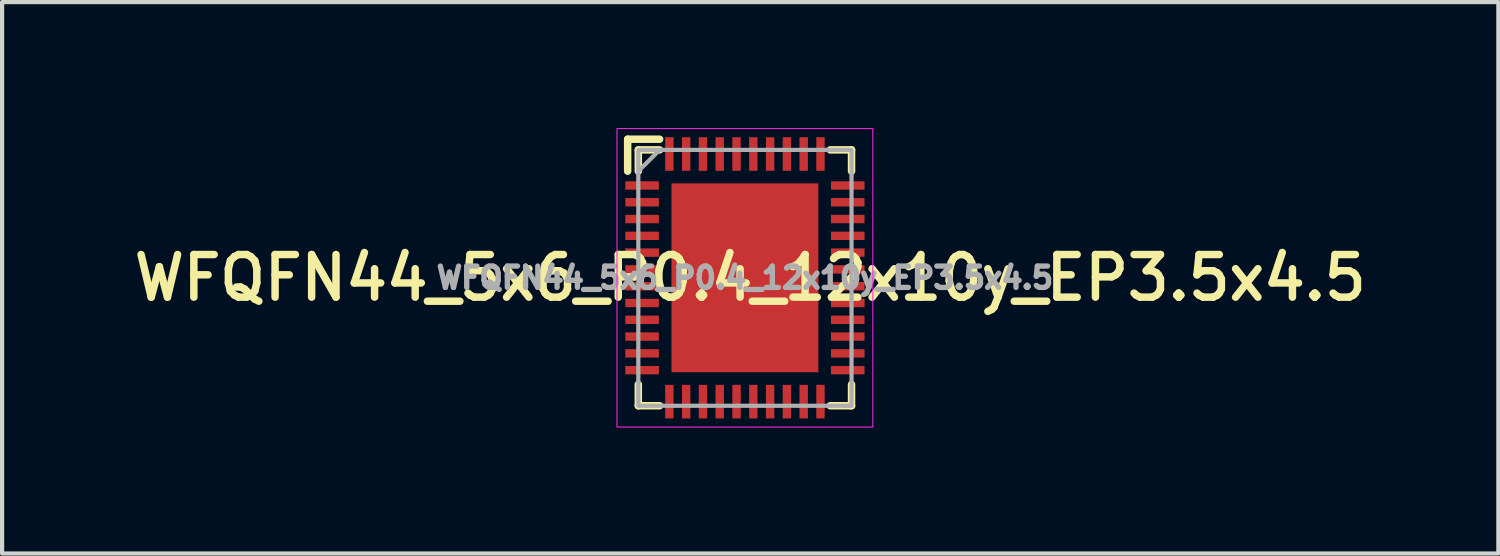
<source format=kicad_pcb>
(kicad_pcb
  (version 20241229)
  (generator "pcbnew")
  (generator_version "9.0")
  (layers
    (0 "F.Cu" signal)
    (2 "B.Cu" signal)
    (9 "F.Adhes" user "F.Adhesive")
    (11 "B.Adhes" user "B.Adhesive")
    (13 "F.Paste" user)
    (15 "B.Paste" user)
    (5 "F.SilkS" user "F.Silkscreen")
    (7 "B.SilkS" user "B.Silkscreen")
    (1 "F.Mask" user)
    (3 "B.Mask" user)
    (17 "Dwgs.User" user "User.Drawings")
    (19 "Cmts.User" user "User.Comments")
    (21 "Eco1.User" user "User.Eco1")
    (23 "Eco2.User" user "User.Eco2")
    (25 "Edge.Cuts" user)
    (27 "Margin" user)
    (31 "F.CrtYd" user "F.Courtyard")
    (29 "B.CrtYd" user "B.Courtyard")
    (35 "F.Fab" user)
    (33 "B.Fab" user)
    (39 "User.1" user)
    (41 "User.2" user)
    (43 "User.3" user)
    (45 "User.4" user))
  (footprint "WFQFN44_5x6_P0.4_12x10y_EP3.5x4.5"
    (layer "F.Cu")
    (at 14.698 3.569)
    (property "Reference" "WFQFN44_5x6_P0.4_12x10y_EP3.5x4.5" (at 0.127 0 0) (layer "F.SilkS") (effects (font (size 1.016 1.016) (thickness 0.178))))
    (attr smd)
    (fp_line (start -2.794 -3.302) (end -2.032 -3.302) (stroke (width 0.178) (type solid)) (layer "F.SilkS"))
    (fp_line (start -2.794 -2.54) (end -2.794 -3.302) (stroke (width 0.178) (type solid)) (layer "F.SilkS"))
    (fp_line (start -2.54 -3.048) (end -2.032 -3.048) (stroke (width 0.178) (type solid)) (layer "F.SilkS"))
    (fp_line (start -2.54 -2.54) (end -2.54 -3.048) (stroke (width 0.178) (type solid)) (layer "F.SilkS"))
    (fp_line (start -2.54 2.54) (end -2.54 3.048) (stroke (width 0.178) (type solid)) (layer "F.SilkS"))
    (fp_line (start -2.54 3.048) (end -2.032 3.048) (stroke (width 0.178) (type solid)) (layer "F.SilkS"))
    (fp_line (start 2.032 -3.048) (end 2.54 -3.048) (stroke (width 0.178) (type solid)) (layer "F.SilkS"))
    (fp_line (start 2.54 -3.048) (end 2.54 -2.54) (stroke (width 0.178) (type solid)) (layer "F.SilkS"))
    (fp_line (start 2.54 2.54) (end 2.54 3.048) (stroke (width 0.178) (type solid)) (layer "F.SilkS"))
    (fp_line (start 2.54 3.048) (end 2.032 3.048) (stroke (width 0.178) (type solid)) (layer "F.SilkS"))
    (fp_rect (start -3.048 -3.556) (end 3.048 3.556) (stroke (width 0.025) (type solid)) (fill no) (layer "F.CrtYd"))
    (fp_line (start -2.54 -2.54) (end -2.032 -3.048) (stroke (width 0.1) (type solid)) (layer "F.Fab"))
    (fp_rect (start -2.54 -3.048) (end 2.54 3.048) (stroke (width 0.1) (type solid)) (fill no) (layer "F.Fab"))
    (fp_text user "${REFERENCE}" (at 0 0 0) (layer "F.Fab") (effects (font (size 0.508 0.508) (thickness 0.127))))
    (pad "1" smd rect (at -2.45 -2.2) (size 0.8 0.2) (layers "F.Cu" "F.Mask" "F.Paste"))
    (pad "2" smd rect (at -2.45 -1.8) (size 0.8 0.2) (layers "F.Cu" "F.Mask" "F.Paste"))
    (pad "3" smd rect (at -2.45 -1.4) (size 0.8 0.2) (layers "F.Cu" "F.Mask" "F.Paste"))
    (pad "4" smd rect (at -2.45 -1) (size 0.8 0.2) (layers "F.Cu" "F.Mask" "F.Paste"))
    (pad "5" smd rect (at -2.45 -0.6) (size 0.8 0.2) (layers "F.Cu" "F.Mask" "F.Paste"))
    (pad "6" smd rect (at -2.45 -0.2) (size 0.8 0.2) (layers "F.Cu" "F.Mask" "F.Paste"))
    (pad "7" smd rect (at -2.45 0.2) (size 0.8 0.2) (layers "F.Cu" "F.Mask" "F.Paste"))
    (pad "8" smd rect (at -2.45 0.6) (size 0.8 0.2) (layers "F.Cu" "F.Mask" "F.Paste"))
    (pad "9" smd rect (at -2.45 1) (size 0.8 0.2) (layers "F.Cu" "F.Mask" "F.Paste"))
    (pad "10" smd rect (at -2.45 1.4) (size 0.8 0.2) (layers "F.Cu" "F.Mask" "F.Paste"))
    (pad "11" smd rect (at -2.45 1.8) (size 0.8 0.2) (layers "F.Cu" "F.Mask" "F.Paste"))
    (pad "12" smd rect (at -2.45 2.2) (size 0.8 0.2) (layers "F.Cu" "F.Mask" "F.Paste"))
    (pad "13" smd rect (at -1.8 2.95) (size 0.2 0.8) (layers "F.Cu" "F.Mask" "F.Paste"))
    (pad "14" smd rect (at -1.4 2.95) (size 0.2 0.8) (layers "F.Cu" "F.Mask" "F.Paste"))
    (pad "15" smd rect (at -1 2.95) (size 0.2 0.8) (layers "F.Cu" "F.Mask" "F.Paste"))
    (pad "16" smd rect (at -0.6 2.95) (size 0.2 0.8) (layers "F.Cu" "F.Mask" "F.Paste"))
    (pad "17" smd rect (at -0.2 2.95) (size 0.2 0.8) (layers "F.Cu" "F.Mask" "F.Paste"))
    (pad "18" smd rect (at 0.2 2.95) (size 0.2 0.8) (layers "F.Cu" "F.Mask" "F.Paste"))
    (pad "19" smd rect (at 0.6 2.95) (size 0.2 0.8) (layers "F.Cu" "F.Mask" "F.Paste"))
    (pad "20" smd rect (at 1 2.95) (size 0.2 0.8) (layers "F.Cu" "F.Mask" "F.Paste"))
    (pad "21" smd rect (at 1.4 2.95) (size 0.2 0.8) (layers "F.Cu" "F.Mask" "F.Paste"))
    (pad "22" smd rect (at 1.8 2.95) (size 0.2 0.8) (layers "F.Cu" "F.Mask" "F.Paste"))
    (pad "23" smd rect (at 2.45 2.2) (size 0.8 0.2) (layers "F.Cu" "F.Mask" "F.Paste"))
    (pad "24" smd rect (at 2.45 1.8) (size 0.8 0.2) (layers "F.Cu" "F.Mask" "F.Paste"))
    (pad "25" smd rect (at 2.45 1.4) (size 0.8 0.2) (layers "F.Cu" "F.Mask" "F.Paste"))
    (pad "26" smd rect (at 2.45 1) (size 0.8 0.2) (layers "F.Cu" "F.Mask" "F.Paste"))
    (pad "27" smd rect (at 2.45 0.6) (size 0.8 0.2) (layers "F.Cu" "F.Mask" "F.Paste"))
    (pad "28" smd rect (at 2.45 0.2) (size 0.8 0.2) (layers "F.Cu" "F.Mask" "F.Paste"))
    (pad "29" smd rect (at 2.45 -0.2) (size 0.8 0.2) (layers "F.Cu" "F.Mask" "F.Paste"))
    (pad "30" smd rect (at 2.45 -0.6) (size 0.8 0.2) (layers "F.Cu" "F.Mask" "F.Paste"))
    (pad "31" smd rect (at 2.45 -1) (size 0.8 0.2) (layers "F.Cu" "F.Mask" "F.Paste"))
    (pad "32" smd rect (at 2.45 -1.4) (size 0.8 0.2) (layers "F.Cu" "F.Mask" "F.Paste"))
    (pad "33" smd rect (at 2.45 -1.8) (size 0.8 0.2) (layers "F.Cu" "F.Mask" "F.Paste"))
    (pad "34" smd rect (at 2.45 -2.2) (size 0.8 0.2) (layers "F.Cu" "F.Mask" "F.Paste"))
    (pad "35" smd rect (at 1.8 -2.95) (size 0.2 0.8) (layers "F.Cu" "F.Mask" "F.Paste"))
    (pad "36" smd rect (at 1.4 -2.95) (size 0.2 0.8) (layers "F.Cu" "F.Mask" "F.Paste"))
    (pad "37" smd rect (at 1 -2.95) (size 0.2 0.8) (layers "F.Cu" "F.Mask" "F.Paste"))
    (pad "38" smd rect (at 0.6 -2.95) (size 0.2 0.8) (layers "F.Cu" "F.Mask" "F.Paste"))
    (pad "39" smd rect (at 0.2 -2.95) (size 0.2 0.8) (layers "F.Cu" "F.Mask" "F.Paste"))
    (pad "40" smd rect (at -0.2 -2.95) (size 0.2 0.8) (layers "F.Cu" "F.Mask" "F.Paste"))
    (pad "41" smd rect (at -0.6 -2.95) (size 0.2 0.8) (layers "F.Cu" "F.Mask" "F.Paste"))
    (pad "42" smd rect (at -1 -2.95) (size 0.2 0.8) (layers "F.Cu" "F.Mask" "F.Paste"))
    (pad "43" smd rect (at -1.4 -2.95) (size 0.2 0.8) (layers "F.Cu" "F.Mask" "F.Paste"))
    (pad "44" smd rect (at -1.8 -2.95) (size 0.2 0.8) (layers "F.Cu" "F.Mask" "F.Paste"))
    (pad "45" smd rect (at 0 0) (size 3.5 4.5) (layers "F.Cu" "F.Mask" "F.Paste")))
  (gr_rect
    (start -3 -3)
    (end 32.649 10.137)
    (stroke (width 0.1) (type default))
    (fill no)
    (layer "Edge.Cuts")))
</source>
